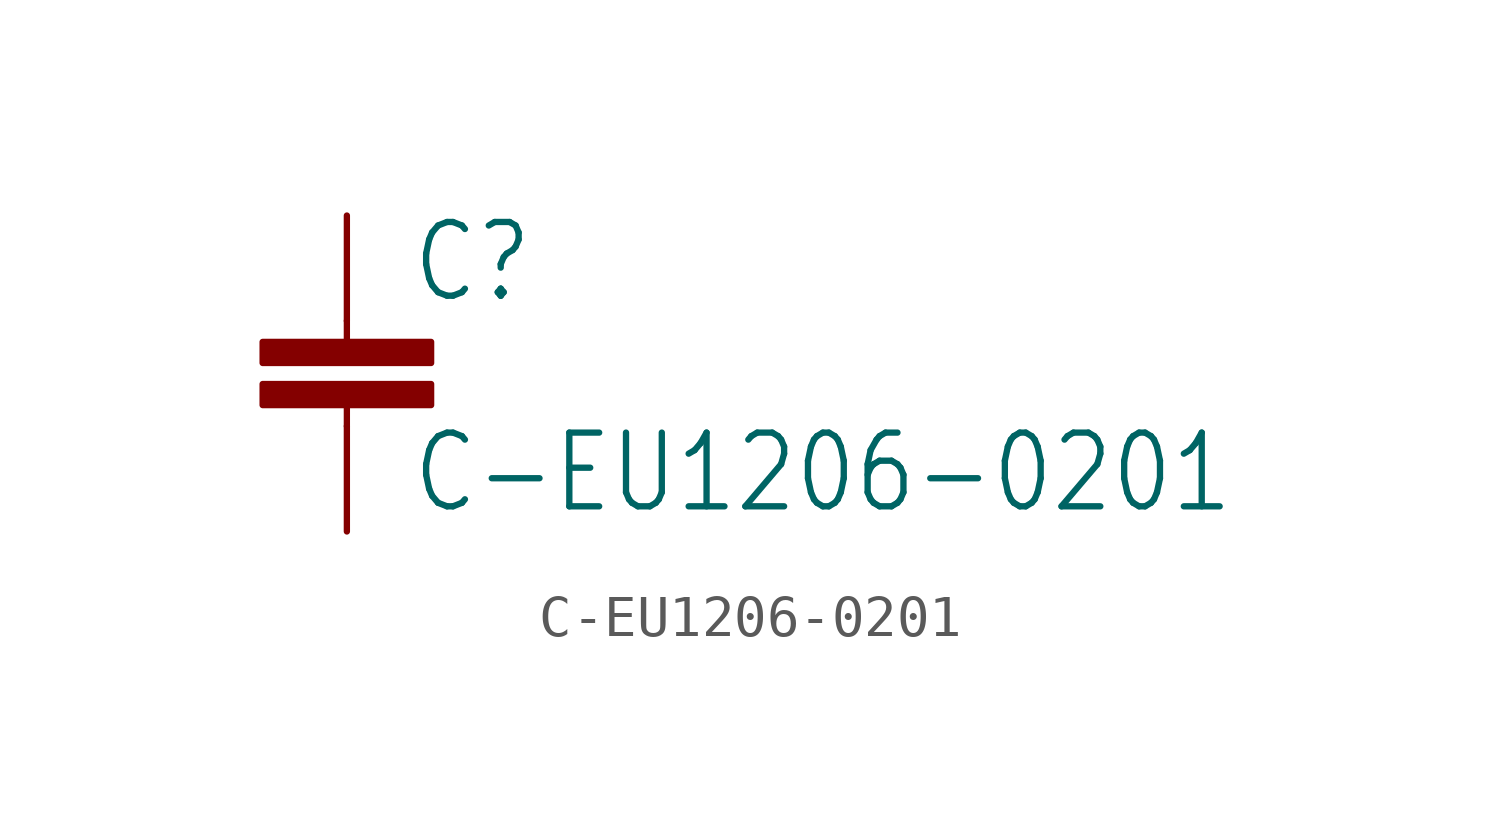
<source format=kicad_sym>
(kicad_symbol_lib
  (version 20211014)
  (generator kicad_symbol_editor)
  (symbol "C-EU1206-0201"
    (property "Reference" "C"
      (at 1.524 0.381 0)
      (effects (font (size 1.778 1.511)) (justify left bottom)))
    (property "Value" "C-EU1206-0201"
      (at 1.524 -4.699 0)
      (effects (font (size 1.778 1.511)) (justify left bottom)))
    (property "ki_locked" ""
      (at 0 0 0)
      (effects (font (size 1.27 1.27))))
    (symbol "C-EU1206-0201_1_0"
      (rectangle (start -2.032 -2.032) (end 2.032 -1.524) (stroke (width 0) (type default) (color 0 0 0 0)) (fill (type outline)))
      (rectangle (start -2.032 -1.016) (end 2.032 -0.508) (stroke (width 0) (type default) (color 0 0 0 0)) (fill (type outline)))
      (polyline (pts (xy 0 -2.54) (xy 0 -2.032)) (stroke (width 0.152) (type default) (color 0 0 0 0)) (fill (type none)))
      (polyline (pts (xy 0 0) (xy 0 -0.508)) (stroke (width 0.152) (type default) (color 0 0 0 0)) (fill (type none)))
      (pin passive line (at 0 2.54 270) (length 2.54) (name "1" (effects (font (size 0 0)))) (number "1" (effects (font (size 0 0)))))
      (pin passive line (at 0 -5.08 90) (length 2.54) (name "2" (effects (font (size 0 0)))) (number "2" (effects (font (size 0 0))))))))
</source>
